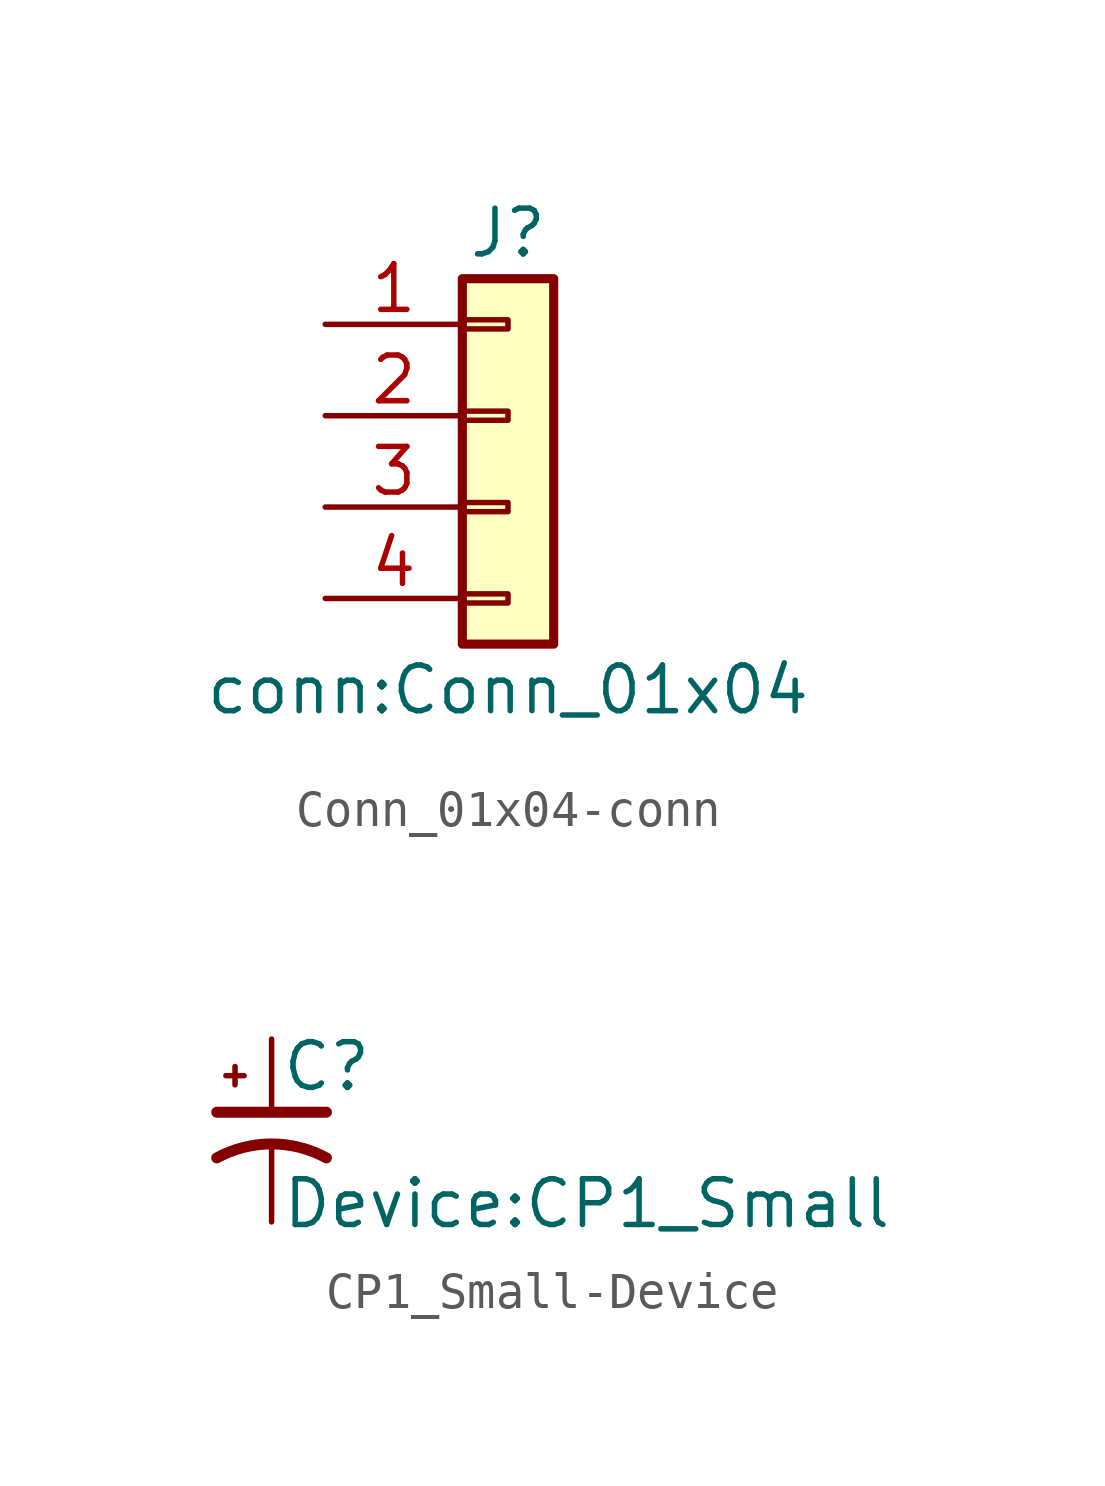
<source format=kicad_sym>
(kicad_symbol_lib
  (version 20220914)
  (generator kicad_symbol_editor)
  (symbol "Conn_01x04-conn"
    (pin_names
      (offset 1.016) hide)
    (property "Reference" "J"
      (at 0 5.08 0)
      (effects (font (size 1.27 1.27))))
    (property "Value" "conn:Conn_01x04"
      (at 0 -7.62 0)
      (effects (font (size 1.27 1.27))))
    (symbol "Conn_01x04-conn_1_1"
      (rectangle (start -1.27 -4.953) (end 0 -5.207) (stroke (width 0.152) (type solid)) (fill (type none)))
      (rectangle (start -1.27 -2.413) (end 0 -2.667) (stroke (width 0.152) (type solid)) (fill (type none)))
      (rectangle (start -1.27 0.127) (end 0 -0.127) (stroke (width 0.152) (type solid)) (fill (type none)))
      (rectangle (start -1.27 2.667) (end 0 2.413) (stroke (width 0.152) (type solid)) (fill (type none)))
      (rectangle (start -1.27 3.81) (end 1.27 -6.35) (stroke (width 0.254) (type solid)) (fill (type background)))
      (pin passive line (at -5.08 2.54 0) (length 3.81) (name "Pin_1" (effects (font (size 1.27 1.27)))) (number "1" (effects (font (size 1.27 1.27)))))
      (pin passive line (at -5.08 0 0) (length 3.81) (name "Pin_2" (effects (font (size 1.27 1.27)))) (number "2" (effects (font (size 1.27 1.27)))))
      (pin passive line (at -5.08 -2.54 0) (length 3.81) (name "Pin_3" (effects (font (size 1.27 1.27)))) (number "3" (effects (font (size 1.27 1.27)))))
      (pin passive line (at -5.08 -5.08 0) (length 3.81) (name "Pin_4" (effects (font (size 1.27 1.27)))) (number "4" (effects (font (size 1.27 1.27)))))))
  (symbol "CP1_Small-Device"
    (pin_numbers hide)
    (pin_names
      (offset 0.254) hide)
    (property "Reference" "C"
      (at 0.254 1.778 0)
      (effects (font (size 1.27 1.27)) (justify left)))
    (property "Value" "Device:CP1_Small"
      (at 0.254 -2.032 0)
      (effects (font (size 1.27 1.27)) (justify left)))
    (symbol "CP1_Small-Device_0_1"
      (polyline (pts (xy -1.524 0.508) (xy 1.524 0.508)) (stroke (width 0.305) (type solid)) (fill (type none)))
      (polyline (pts (xy -1.27 1.524) (xy -0.762 1.524)) (stroke (width 0) (type solid)) (fill (type none)))
      (polyline (pts (xy -1.016 1.27) (xy -1.016 1.778)) (stroke (width 0) (type solid)) (fill (type none)))
      (arc (start 1.524 -0.762) (mid 0 -0.3734) (end -1.524 -0.762) (stroke (width 0.3048) (type solid)) (fill (type none))))
    (symbol "CP1_Small-Device_1_1"
      (pin passive line (at 0 2.54 270) (length 2.032) (name "~" (effects (font (size 1.27 1.27)))) (number "1" (effects (font (size 1.27 1.27)))))
      (pin passive line (at 0 -2.54 90) (length 2.032) (name "~" (effects (font (size 1.27 1.27)))) (number "2" (effects (font (size 1.27 1.27))))))))
</source>
